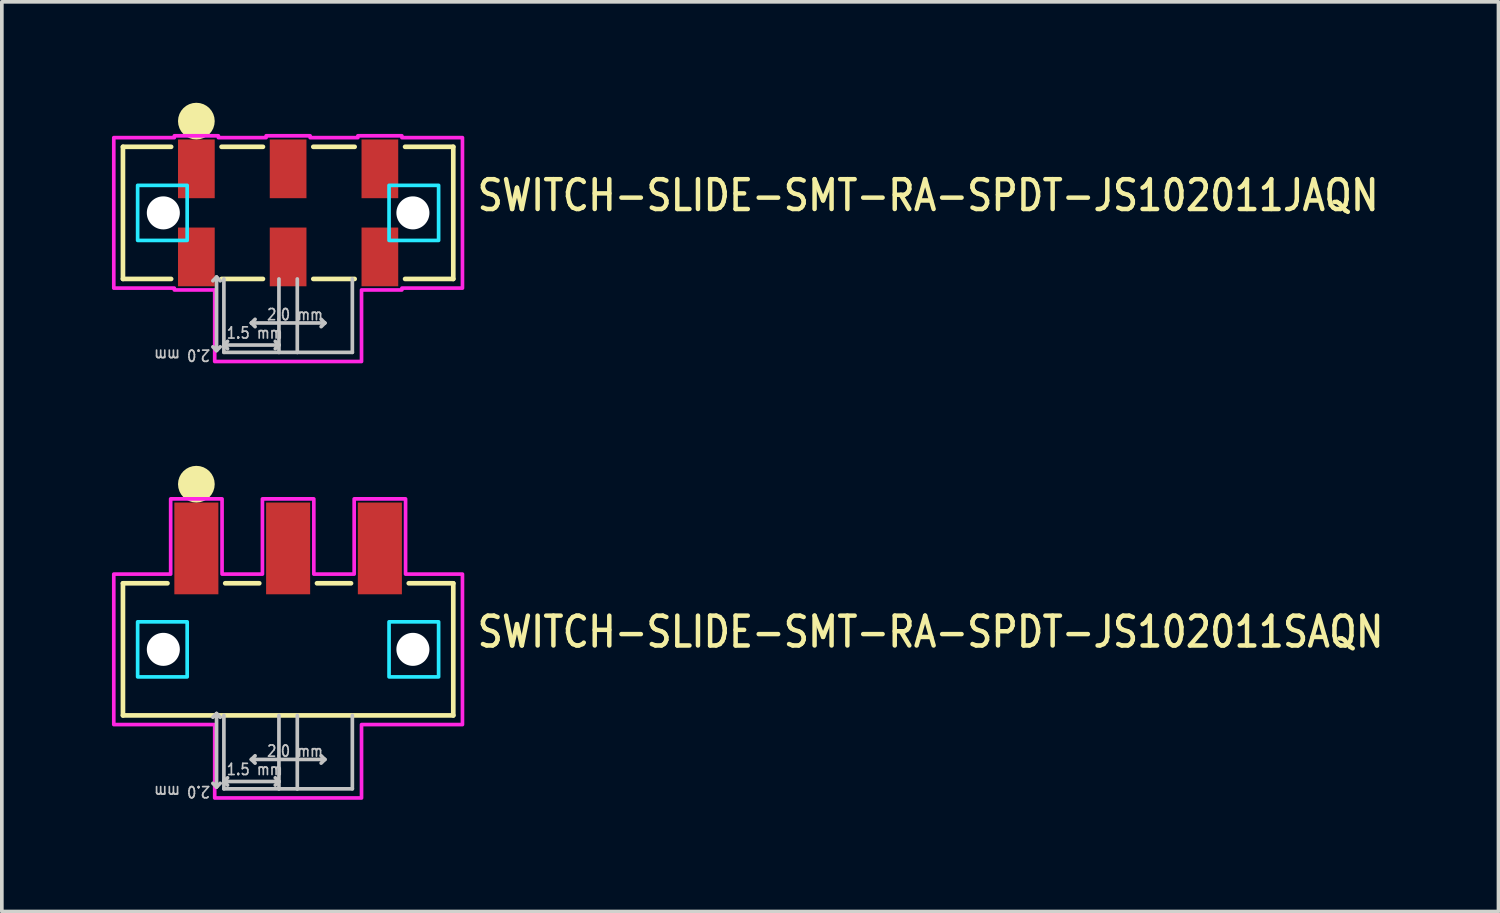
<source format=kicad_pcb>
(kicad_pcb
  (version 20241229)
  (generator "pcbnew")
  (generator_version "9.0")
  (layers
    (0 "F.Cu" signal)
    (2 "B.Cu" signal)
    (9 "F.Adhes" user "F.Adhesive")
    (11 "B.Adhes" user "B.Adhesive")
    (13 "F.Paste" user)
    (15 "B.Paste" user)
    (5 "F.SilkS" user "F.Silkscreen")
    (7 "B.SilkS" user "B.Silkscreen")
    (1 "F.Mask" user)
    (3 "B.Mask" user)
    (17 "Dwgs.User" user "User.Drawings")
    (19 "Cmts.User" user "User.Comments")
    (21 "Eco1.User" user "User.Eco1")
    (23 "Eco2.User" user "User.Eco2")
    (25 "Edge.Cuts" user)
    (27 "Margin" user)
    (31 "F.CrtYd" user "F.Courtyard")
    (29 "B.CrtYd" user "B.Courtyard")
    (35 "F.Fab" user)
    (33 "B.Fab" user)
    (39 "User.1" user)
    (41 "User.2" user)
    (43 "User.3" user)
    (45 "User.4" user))
  (footprint "SWITCH-SLIDE-SMT-RA-SPDT-JS102011SAQN"
    (layer "F.Cu")
    (at 4.8 14.642)
    (property "Reference" "SWITCH-SLIDE-SMT-RA-SPDT-JS102011SAQN" (at 5.096 0 0) (unlocked yes) (layer "F.SilkS") (effects (font (size 0.813 0.695) (thickness 0.122)) (justify left bottom)))
    (fp_line (start -4.5 -1.8) (end -4.5 1.8) (stroke (width 0.127) (type solid)) (layer "F.SilkS"))
    (fp_line (start -4.5 1.8) (end 4.5 1.8) (stroke (width 0.127) (type solid)) (layer "F.SilkS"))
    (fp_line (start -3.287 -1.8) (end -4.5 -1.8) (stroke (width 0.127) (type solid)) (layer "F.SilkS"))
    (fp_line (start -0.786 -1.8) (end -1.714 -1.8) (stroke (width 0.127) (type solid)) (layer "F.SilkS"))
    (fp_line (start 1.714 -1.8) (end 0.786 -1.8) (stroke (width 0.127) (type solid)) (layer "F.SilkS"))
    (fp_line (start 3.287 -1.8) (end 4.5 -1.8) (stroke (width 0.127) (type solid)) (layer "F.SilkS"))
    (fp_line (start 4.5 -1.8) (end 4.5 1.8) (stroke (width 0.127) (type solid)) (layer "F.SilkS"))
    (fp_circle (center -2.5 -4.5) (end -2.5 -4.5) (stroke (width 0.5) (type solid)) (fill no) (layer "F.SilkS"))
    (fp_line (start -1.95 1.75) (end -2.05 1.85) (stroke (width 0.1) (type solid)) (layer "Dwgs.User"))
    (fp_line (start -1.95 1.75) (end -1.95 3.75) (stroke (width 0.1) (type solid)) (layer "Dwgs.User"))
    (fp_line (start -1.95 3.75) (end -2.05 3.65) (stroke (width 0.1) (type solid)) (layer "Dwgs.User"))
    (fp_line (start -1.95 3.75) (end -1.85 3.65) (stroke (width 0.1) (type solid)) (layer "Dwgs.User"))
    (fp_line (start -1.85 1.85) (end -1.95 1.75) (stroke (width 0.1) (type solid)) (layer "Dwgs.User"))
    (fp_line (start -1.75 3.6) (end -1.75 1.8) (stroke (width 0.1) (type solid)) (layer "Dwgs.User"))
    (fp_line (start -1.75 3.6) (end -1.65 3.5) (stroke (width 0.1) (type solid)) (layer "Dwgs.User"))
    (fp_line (start -1.75 3.6) (end -1.65 3.7) (stroke (width 0.1) (type solid)) (layer "Dwgs.User"))
    (fp_line (start -1.75 3.6) (end -0.25 3.6) (stroke (width 0.1) (type solid)) (layer "Dwgs.User"))
    (fp_line (start -1.75 3.8) (end -1.75 3.6) (stroke (width 0.1) (type solid)) (layer "Dwgs.User"))
    (fp_line (start -1 3) (end -0.9 2.9) (stroke (width 0.1) (type solid)) (layer "Dwgs.User"))
    (fp_line (start -1 3) (end -0.9 3.1) (stroke (width 0.1) (type solid)) (layer "Dwgs.User"))
    (fp_line (start -0.25 1.8) (end -0.25 3.6) (stroke (width 0.1) (type solid)) (layer "Dwgs.User"))
    (fp_line (start -0.25 3.6) (end -0.35 3.5) (stroke (width 0.1) (type solid)) (layer "Dwgs.User"))
    (fp_line (start -0.25 3.6) (end -0.35 3.7) (stroke (width 0.1) (type solid)) (layer "Dwgs.User"))
    (fp_line (start -0.25 3.6) (end -0.25 3.8) (stroke (width 0.1) (type solid)) (layer "Dwgs.User"))
    (fp_line (start -0.25 3.8) (end -1.75 3.8) (stroke (width 0.1) (type solid)) (layer "Dwgs.User"))
    (fp_line (start 0.25 1.8) (end 0.25 3.8) (stroke (width 0.1) (type solid)) (layer "Dwgs.User"))
    (fp_line (start 0.25 3.8) (end -0.25 3.8) (stroke (width 0.1) (type solid)) (layer "Dwgs.User"))
    (fp_line (start 1 3) (end -1 3) (stroke (width 0.1) (type solid)) (layer "Dwgs.User"))
    (fp_line (start 1 3) (end 0.9 2.9) (stroke (width 0.1) (type solid)) (layer "Dwgs.User"))
    (fp_line (start 1 3) (end 0.9 3.1) (stroke (width 0.1) (type solid)) (layer "Dwgs.User"))
    (fp_line (start 1.75 1.8) (end 1.75 3.8) (stroke (width 0.1) (type solid)) (layer "Dwgs.User"))
    (fp_line (start 1.75 3.8) (end 0.25 3.8) (stroke (width 0.1) (type solid)) (layer "Dwgs.User"))
    (fp_poly (pts (xy -4.1 -0.75) (xy -2.75 -0.75) (xy -2.75 0.75) (xy -4.1 0.75)) (stroke (width 0.1) (type solid)) (fill no) (layer "B.CrtYd"))
    (fp_poly (pts (xy 2.75 -0.75) (xy 4.1 -0.75) (xy 4.1 0.75) (xy 2.75 0.75)) (stroke (width 0.1) (type solid)) (fill no) (layer "B.CrtYd"))
    (fp_poly (pts (xy -4.75 -2.05) (xy -3.2 -2.05) (xy -3.2 -4.1) (xy -1.8 -4.1) (xy -1.8 -2.05) (xy -0.7 -2.05) (xy -0.7 -4.1) (xy 0.7 -4.1) (xy 0.7 -2.05) (xy 1.8 -2.05) (xy 1.8 -4.1) (xy 3.2 -4.1) (xy 3.2 -2.05) (xy 4.75 -2.05) (xy 4.75 2.05) (xy 2 2.05) (xy 2 4.05) (xy -2 4.05) (xy -2 2.05) (xy -4.75 2.05)) (stroke (width 0.1) (type solid)) (fill no) (layer "F.CrtYd"))
    (fp_text user "2.0 mm" (at -0.6 2.95 0) (unlocked yes) (layer "Dwgs.User") (effects (font (size 0.305 0.261) (thickness 0.046)) (justify left bottom)))
    (fp_text user "2.0 mm" (at -2.1 3.7 180) (unlocked yes) (layer "Dwgs.User") (effects (font (size 0.305 0.261) (thickness 0.046)) (justify left bottom)))
    (fp_text user "1.5 mm" (at -1.7 3.45 0) (unlocked yes) (layer "Dwgs.User") (effects (font (size 0.305 0.261) (thickness 0.046)) (justify left bottom)))
    (pad "" np_thru_hole circle (at -3.4 0) (size 0.9 0.9) (drill 0.9) (layers "*.Cu" "*.Mask"))
    (pad "" np_thru_hole circle (at 3.4 0) (size 0.9 0.9) (drill 0.9) (layers "*.Cu" "*.Mask"))
    (pad "1" smd rect (at -2.5 -2.75) (size 1.2 2.5) (layers "F.Cu" "F.Mask" "F.Paste"))
    (pad "2" smd rect (at 0 -2.75) (size 1.2 2.5) (layers "F.Cu" "F.Mask" "F.Paste"))
    (pad "3" smd rect (at 2.5 -2.75) (size 1.2 2.5) (layers "F.Cu" "F.Mask" "F.Paste")))
  (footprint "SWITCH-SLIDE-SMT-RA-SPDT-JS102011JAQN"
    (layer "F.Cu")
    (at 4.8 2.75)
    (property "Reference" "SWITCH-SLIDE-SMT-RA-SPDT-JS102011JAQN" (at 5.096 0 0) (unlocked yes) (layer "F.SilkS") (effects (font (size 0.813 0.695) (thickness 0.122)) (justify left bottom)))
    (fp_line (start -4.5 -1.8) (end -4.5 1.8) (stroke (width 0.127) (type solid)) (layer "F.SilkS"))
    (fp_line (start -3.187 -1.8) (end -4.5 -1.8) (stroke (width 0.127) (type solid)) (layer "F.SilkS"))
    (fp_line (start -3.187 1.8) (end -4.5 1.8) (stroke (width 0.127) (type solid)) (layer "F.SilkS"))
    (fp_line (start -0.686 -1.8) (end -1.813 -1.8) (stroke (width 0.127) (type solid)) (layer "F.SilkS"))
    (fp_line (start -0.686 1.8) (end -1.813 1.8) (stroke (width 0.127) (type solid)) (layer "F.SilkS"))
    (fp_line (start 1.813 -1.8) (end 0.686 -1.8) (stroke (width 0.127) (type solid)) (layer "F.SilkS"))
    (fp_line (start 1.813 1.8) (end 0.686 1.8) (stroke (width 0.127) (type solid)) (layer "F.SilkS"))
    (fp_line (start 3.187 -1.8) (end 4.5 -1.8) (stroke (width 0.127) (type solid)) (layer "F.SilkS"))
    (fp_line (start 3.187 1.8) (end 4.5 1.8) (stroke (width 0.127) (type solid)) (layer "F.SilkS"))
    (fp_line (start 4.5 -1.8) (end 4.5 1.8) (stroke (width 0.127) (type solid)) (layer "F.SilkS"))
    (fp_circle (center -2.5 -2.5) (end -2.5 -2.5) (stroke (width 0.5) (type solid)) (fill no) (layer "F.SilkS"))
    (fp_line (start -1.95 1.75) (end -2.05 1.85) (stroke (width 0.1) (type solid)) (layer "Dwgs.User"))
    (fp_line (start -1.95 1.75) (end -1.95 3.75) (stroke (width 0.1) (type solid)) (layer "Dwgs.User"))
    (fp_line (start -1.95 3.75) (end -2.05 3.65) (stroke (width 0.1) (type solid)) (layer "Dwgs.User"))
    (fp_line (start -1.95 3.75) (end -1.85 3.65) (stroke (width 0.1) (type solid)) (layer "Dwgs.User"))
    (fp_line (start -1.85 1.85) (end -1.95 1.75) (stroke (width 0.1) (type solid)) (layer "Dwgs.User"))
    (fp_line (start -1.75 3.6) (end -1.75 1.8) (stroke (width 0.1) (type solid)) (layer "Dwgs.User"))
    (fp_line (start -1.75 3.6) (end -1.65 3.5) (stroke (width 0.1) (type solid)) (layer "Dwgs.User"))
    (fp_line (start -1.75 3.6) (end -1.65 3.7) (stroke (width 0.1) (type solid)) (layer "Dwgs.User"))
    (fp_line (start -1.75 3.6) (end -0.25 3.6) (stroke (width 0.1) (type solid)) (layer "Dwgs.User"))
    (fp_line (start -1.75 3.8) (end -1.75 3.6) (stroke (width 0.1) (type solid)) (layer "Dwgs.User"))
    (fp_line (start -1 3) (end -0.9 2.9) (stroke (width 0.1) (type solid)) (layer "Dwgs.User"))
    (fp_line (start -1 3) (end -0.9 3.1) (stroke (width 0.1) (type solid)) (layer "Dwgs.User"))
    (fp_line (start -0.25 1.8) (end -0.25 3.6) (stroke (width 0.1) (type solid)) (layer "Dwgs.User"))
    (fp_line (start -0.25 3.6) (end -0.35 3.5) (stroke (width 0.1) (type solid)) (layer "Dwgs.User"))
    (fp_line (start -0.25 3.6) (end -0.35 3.7) (stroke (width 0.1) (type solid)) (layer "Dwgs.User"))
    (fp_line (start -0.25 3.6) (end -0.25 3.8) (stroke (width 0.1) (type solid)) (layer "Dwgs.User"))
    (fp_line (start -0.25 3.8) (end -1.75 3.8) (stroke (width 0.1) (type solid)) (layer "Dwgs.User"))
    (fp_line (start 0.25 1.8) (end 0.25 3.8) (stroke (width 0.1) (type solid)) (layer "Dwgs.User"))
    (fp_line (start 0.25 3.8) (end -0.25 3.8) (stroke (width 0.1) (type solid)) (layer "Dwgs.User"))
    (fp_line (start 1 3) (end -1 3) (stroke (width 0.1) (type solid)) (layer "Dwgs.User"))
    (fp_line (start 1 3) (end 0.9 2.9) (stroke (width 0.1) (type solid)) (layer "Dwgs.User"))
    (fp_line (start 1 3) (end 0.9 3.1) (stroke (width 0.1) (type solid)) (layer "Dwgs.User"))
    (fp_line (start 1.75 1.8) (end 1.75 3.8) (stroke (width 0.1) (type solid)) (layer "Dwgs.User"))
    (fp_line (start 1.75 3.8) (end 0.25 3.8) (stroke (width 0.1) (type solid)) (layer "Dwgs.User"))
    (fp_poly (pts (xy -4.1 -0.75) (xy -2.75 -0.75) (xy -2.75 0.75) (xy -4.1 0.75)) (stroke (width 0.1) (type solid)) (fill no) (layer "B.CrtYd"))
    (fp_poly (pts (xy 2.75 -0.75) (xy 4.1 -0.75) (xy 4.1 0.75) (xy 2.75 0.75)) (stroke (width 0.1) (type solid)) (fill no) (layer "B.CrtYd"))
    (fp_poly (pts (xy -4.75 -2.05) (xy -3.1 -2.05) (xy -3.1 -2.1) (xy -1.9 -2.1) (xy -1.9 -2.05) (xy -0.6 -2.05) (xy -0.6 -2.1) (xy 0.6 -2.1) (xy 0.6 -2.05) (xy 1.9 -2.05) (xy 1.9 -2.1) (xy 3.1 -2.1) (xy 3.1 -2.05) (xy 4.75 -2.05) (xy 4.75 2.05) (xy 3.1 2.05) (xy 3.1 2.1) (xy 2 2.1) (xy 2 4.05) (xy -2 4.05) (xy -2 2.1) (xy -3.1 2.1) (xy -3.1 2.05) (xy -4.75 2.05)) (stroke (width 0.1) (type solid)) (fill no) (layer "F.CrtYd"))
    (fp_text user "1.5 mm" (at -1.7 3.45 0) (unlocked yes) (layer "Dwgs.User") (effects (font (size 0.305 0.261) (thickness 0.046)) (justify left bottom)))
    (fp_text user "2.0 mm" (at -2.1 3.7 180) (unlocked yes) (layer "Dwgs.User") (effects (font (size 0.305 0.261) (thickness 0.046)) (justify left bottom)))
    (fp_text user "2.0 mm" (at -0.6 2.95 0) (unlocked yes) (layer "Dwgs.User") (effects (font (size 0.305 0.261) (thickness 0.046)) (justify left bottom)))
    (pad "" np_thru_hole circle (at -3.4 0) (size 0.9 0.9) (drill 0.9) (layers "*.Cu" "*.Mask"))
    (pad "" np_thru_hole circle (at 3.4 0) (size 0.9 0.9) (drill 0.9) (layers "*.Cu" "*.Mask"))
    (pad "P_1.1" smd rect (at -2.5 1.2) (size 1 1.6) (layers "F.Cu" "F.Mask" "F.Paste"))
    (pad "P_1.2" smd rect (at -2.5 -1.2) (size 1 1.6) (layers "F.Cu" "F.Mask" "F.Paste"))
    (pad "P_2.1" smd rect (at 0 1.2) (size 1 1.6) (layers "F.Cu" "F.Mask" "F.Paste"))
    (pad "P_2.2" smd rect (at 0 -1.2) (size 1 1.6) (layers "F.Cu" "F.Mask" "F.Paste"))
    (pad "P_3.1" smd rect (at 2.5 1.2) (size 1 1.6) (layers "F.Cu" "F.Mask" "F.Paste"))
    (pad "P_3.2" smd rect (at 2.5 -1.2) (size 1 1.6) (layers "F.Cu" "F.Mask" "F.Paste")))
  (gr_rect
    (start -3 -3)
    (end 37.777 21.784)
    (stroke (width 0.1) (type default))
    (fill no)
    (layer "Edge.Cuts")))
</source>
